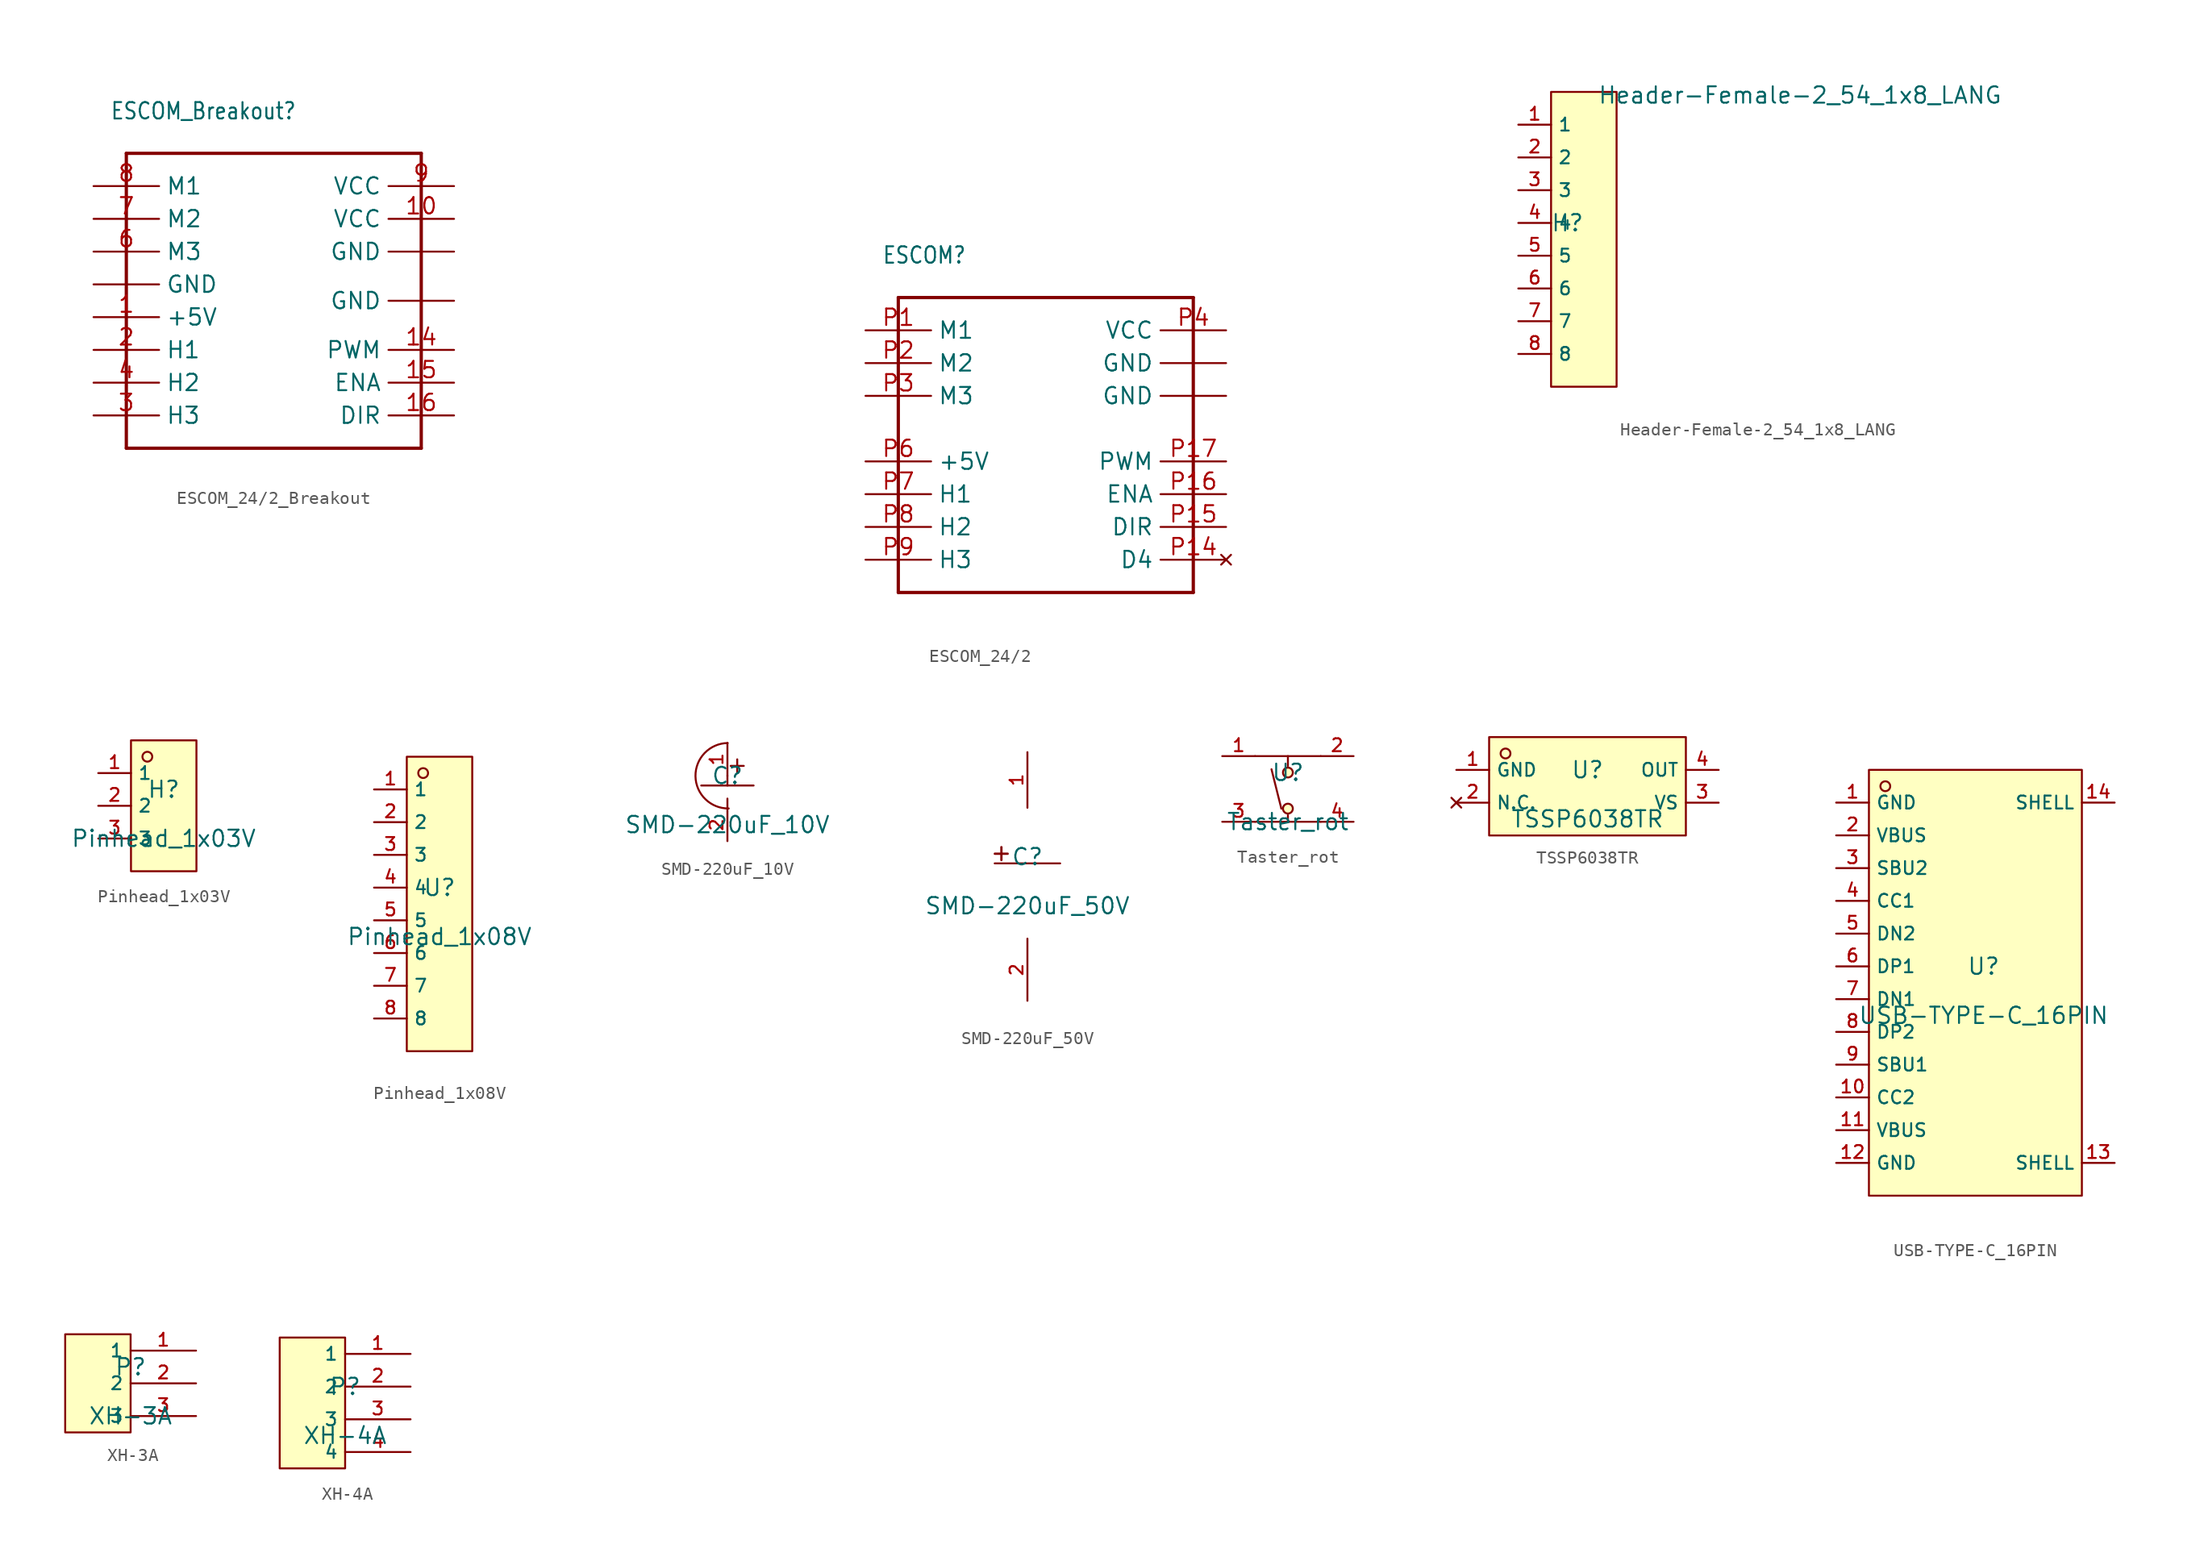
<source format=kicad_sym>
(kicad_symbol_lib
  (version 20231120)
  (generator "kicad_symbol_editor")
  (generator_version "8.0")
  (symbol "ESCOM_24/2_Breakout"
    (property "Reference" "ESCOM_Breakout"
      (at -11.43 12.7 0)
      (effects (font (size 1.27 1.079)) (justify left bottom)))
    (symbol "ESCOM_24/2_Breakout_1_0"
      (polyline (pts (xy -10.16 -12.7) (xy 12.7 -12.7)) (stroke (width 0.254) (type solid)) (fill (type none)))
      (polyline (pts (xy -10.16 10.16) (xy -10.16 -12.7)) (stroke (width 0.254) (type solid)) (fill (type none)))
      (polyline (pts (xy 12.7 -12.7) (xy 12.7 10.16)) (stroke (width 0.254) (type solid)) (fill (type none)))
      (polyline (pts (xy 12.7 10.16) (xy -10.16 10.16)) (stroke (width 0.254) (type solid)) (fill (type none)))
      (pin bidirectional line (at -12.7 -2.54 0) (length 5.08) (name "+5V" (effects (font (size 1.27 1.27)))) (number "1" (effects (font (size 1.27 1.27)))))
      (pin power_in line (at 15.24 5.08 180) (length 5.08) (name "VCC" (effects (font (size 1.27 1.27)))) (number "10" (effects (font (size 1.27 1.27)))))
      (pin power_in line (at 15.24 2.54 180) (length 5.08) (name "GND" (effects (font (size 1.27 1.27)))) (number "11" (effects (font (size 0 0)))))
      (pin power_in line (at 15.24 -1.27 180) (length 5.08) (name "GND" (effects (font (size 1.27 1.27)))) (number "12" (effects (font (size 0 0)))))
      (pin no_connect line (at 15.24 15.24 180) (length 5.08) hide (name "NC" (effects (font (size 1.27 1.27)))) (number "13" (effects (font (size 0 0)))))
      (pin bidirectional line (at 15.24 -5.08 180) (length 5.08) (name "PWM" (effects (font (size 1.27 1.27)))) (number "14" (effects (font (size 1.27 1.27)))))
      (pin bidirectional line (at 15.24 -7.62 180) (length 5.08) (name "ENA" (effects (font (size 1.27 1.27)))) (number "15" (effects (font (size 1.27 1.27)))))
      (pin bidirectional line (at 15.24 -10.16 180) (length 5.08) (name "DIR" (effects (font (size 1.27 1.27)))) (number "16" (effects (font (size 1.27 1.27)))))
      (pin bidirectional line (at -12.7 -5.08 0) (length 5.08) (name "H1" (effects (font (size 1.27 1.27)))) (number "2" (effects (font (size 1.27 1.27)))))
      (pin bidirectional line (at -12.7 -10.16 0) (length 5.08) (name "H3" (effects (font (size 1.27 1.27)))) (number "3" (effects (font (size 1.27 1.27)))))
      (pin bidirectional line (at -12.7 -7.62 0) (length 5.08) (name "H2" (effects (font (size 1.27 1.27)))) (number "4" (effects (font (size 1.27 1.27)))))
      (pin power_in line (at -12.7 0 0) (length 5.08) (name "GND" (effects (font (size 1.27 1.27)))) (number "5" (effects (font (size 0 0)))))
      (pin bidirectional line (at -12.7 2.54 0) (length 5.08) (name "M3" (effects (font (size 1.27 1.27)))) (number "6" (effects (font (size 1.27 1.27)))))
      (pin bidirectional line (at -12.7 5.08 0) (length 5.08) (name "M2" (effects (font (size 1.27 1.27)))) (number "7" (effects (font (size 1.27 1.27)))))
      (pin bidirectional line (at -12.7 7.62 0) (length 5.08) (name "M1" (effects (font (size 1.27 1.27)))) (number "8" (effects (font (size 1.27 1.27)))))
      (pin power_in line (at 15.24 7.62 180) (length 5.08) (name "VCC" (effects (font (size 1.27 1.27)))) (number "9" (effects (font (size 1.27 1.27)))))))
  (symbol "ESCOM_24/2"
    (property "Reference" "ESCOM"
      (at -11.43 12.7 0)
      (effects (font (size 1.27 1.079)) (justify left bottom)))
    (symbol "ESCOM_24/2_1_0"
      (polyline (pts (xy -10.16 -12.7) (xy 12.7 -12.7)) (stroke (width 0.254) (type solid)) (fill (type none)))
      (polyline (pts (xy -10.16 10.16) (xy -10.16 -12.7)) (stroke (width 0.254) (type solid)) (fill (type none)))
      (polyline (pts (xy 12.7 -12.7) (xy 12.7 10.16)) (stroke (width 0.254) (type solid)) (fill (type none)))
      (polyline (pts (xy 12.7 10.16) (xy -10.16 10.16)) (stroke (width 0.254) (type solid)) (fill (type none)))
      (pin bidirectional line (at -12.7 7.62 0) (length 5.08) (name "M1" (effects (font (size 1.27 1.27)))) (number "P1" (effects (font (size 1.27 1.27)))))
      (pin no_connect line (at 15.24 -10.16 180) (length 5.08) (name "D4" (effects (font (size 1.27 1.27)))) (number "P14" (effects (font (size 1.27 1.27)))))
      (pin bidirectional line (at 15.24 -7.62 180) (length 5.08) (name "DIR" (effects (font (size 1.27 1.27)))) (number "P15" (effects (font (size 1.27 1.27)))))
      (pin bidirectional line (at 15.24 -5.08 180) (length 5.08) (name "ENA" (effects (font (size 1.27 1.27)))) (number "P16" (effects (font (size 1.27 1.27)))))
      (pin bidirectional line (at 15.24 -2.54 180) (length 5.08) (name "PWM" (effects (font (size 1.27 1.27)))) (number "P17" (effects (font (size 1.27 1.27)))))
      (pin power_in line (at 15.24 2.54 180) (length 5.08) (name "GND" (effects (font (size 1.27 1.27)))) (number "P18" (effects (font (size 0 0)))))
      (pin bidirectional line (at -12.7 5.08 0) (length 5.08) (name "M2" (effects (font (size 1.27 1.27)))) (number "P2" (effects (font (size 1.27 1.27)))))
      (pin bidirectional line (at -12.7 2.54 0) (length 5.08) (name "M3" (effects (font (size 1.27 1.27)))) (number "P3" (effects (font (size 1.27 1.27)))))
      (pin power_in line (at 15.24 7.62 180) (length 5.08) (name "VCC" (effects (font (size 1.27 1.27)))) (number "P4" (effects (font (size 1.27 1.27)))))
      (pin power_in line (at 15.24 5.08 180) (length 5.08) (name "GND" (effects (font (size 1.27 1.27)))) (number "P5" (effects (font (size 0 0)))))
      (pin bidirectional line (at -12.7 -2.54 0) (length 5.08) (name "+5V" (effects (font (size 1.27 1.27)))) (number "P6" (effects (font (size 1.27 1.27)))))
      (pin bidirectional line (at -12.7 -5.08 0) (length 5.08) (name "H1" (effects (font (size 1.27 1.27)))) (number "P7" (effects (font (size 1.27 1.27)))))
      (pin bidirectional line (at -12.7 -7.62 0) (length 5.08) (name "H2" (effects (font (size 1.27 1.27)))) (number "P8" (effects (font (size 1.27 1.27)))))
      (pin bidirectional line (at -12.7 -10.16 0) (length 5.08) (name "H3" (effects (font (size 1.27 1.27)))) (number "P9" (effects (font (size 1.27 1.27))))))
    (symbol "ESCOM_24/2_1_1"
      (pin no_connect line (at 21.59 17.78 0) (length 2.54) hide (name "P10" (effects (font (size 1.27 1.27)))) (number "P10" (effects (font (size 1.27 1.27)))))
      (pin no_connect line (at 21.59 20.32 0) (length 2.54) hide (name "P11" (effects (font (size 1.27 1.27)))) (number "P11" (effects (font (size 1.27 1.27)))))
      (pin no_connect line (at 21.59 22.86 0) (length 2.54) hide (name "P12" (effects (font (size 1.27 1.27)))) (number "P12" (effects (font (size 1.27 1.27)))))
      (pin no_connect line (at 21.59 25.4 0) (length 2.54) hide (name "P13" (effects (font (size 1.27 1.27)))) (number "P13" (effects (font (size 1.27 1.27)))))
      (pin no_connect line (at -11.43 25.4 0) (length 2.54) hide (name "P18" (effects (font (size 1.27 1.27)))) (number "P18" (effects (font (size 1.27 1.27)))))
      (pin no_connect line (at -11.43 22.86 0) (length 2.54) hide (name "P19" (effects (font (size 1.27 1.27)))) (number "P19" (effects (font (size 1.27 1.27)))))
      (pin no_connect line (at -11.43 20.32 0) (length 2.54) hide (name "P20" (effects (font (size 1.27 1.27)))) (number "P20" (effects (font (size 1.27 1.27)))))
      (pin no_connect line (at -11.43 17.78 0) (length 2.54) hide (name "P21" (effects (font (size 1.27 1.27)))) (number "P21" (effects (font (size 1.27 1.27)))))
      (pin no_connect line (at -31.75 25.4 0) (length 2.54) hide (name "P22" (effects (font (size 1.27 1.27)))) (number "P22" (effects (font (size 1.27 1.27)))))
      (pin no_connect line (at -31.75 22.86 0) (length 2.54) hide (name "P23" (effects (font (size 1.27 1.27)))) (number "P23" (effects (font (size 1.27 1.27)))))
      (pin no_connect line (at -31.75 20.32 0) (length 2.54) hide (name "P24" (effects (font (size 1.27 1.27)))) (number "P24" (effects (font (size 1.27 1.27)))))))
  (symbol "Header-Female-2_54_1x8_LANG"
    (property "Reference" "H"
      (at 0 1.27 0)
      (effects (font (size 1.27 1.27))))
    (property "Value" "Header-Female-2_54_1x8_LANG"
      (at 18.034 11.176 0)
      (effects (font (size 1.27 1.27))))
    (symbol "Header-Female-2_54_1x8_LANG_0_1"
      (rectangle (start -1.27 11.43) (end 3.81 -11.43) (stroke (width 0) (type default)) (fill (type background)))
      (pin input line (at -3.81 8.89 0) (length 2.54) (name "1" (effects (font (size 1 1)))) (number "1" (effects (font (size 1 1)))))
      (pin input line (at -3.81 6.35 0) (length 2.54) (name "2" (effects (font (size 1 1)))) (number "2" (effects (font (size 1 1)))))
      (pin input line (at -3.81 3.81 0) (length 2.54) (name "3" (effects (font (size 1 1)))) (number "3" (effects (font (size 1 1)))))
      (pin input line (at -3.81 1.27 0) (length 2.54) (name "4" (effects (font (size 1 1)))) (number "4" (effects (font (size 1 1)))))
      (pin input line (at -3.81 -1.27 0) (length 2.54) (name "5" (effects (font (size 1 1)))) (number "5" (effects (font (size 1 1)))))
      (pin input line (at -3.81 -3.81 0) (length 2.54) (name "6" (effects (font (size 1 1)))) (number "6" (effects (font (size 1 1)))))
      (pin input line (at -3.81 -6.35 0) (length 2.54) (name "7" (effects (font (size 1 1)))) (number "7" (effects (font (size 1 1)))))
      (pin input line (at -3.81 -8.89 0) (length 2.54) (name "8" (effects (font (size 1 1)))) (number "8" (effects (font (size 1 1)))))))
  (symbol "Pinhead_1x03V"
    (property "Reference" "H"
      (at 0 1.27 0)
      (effects (font (size 1.27 1.27))))
    (property "Value" "Pinhead_1x03V"
      (at 0 -2.54 0)
      (effects (font (size 1.27 1.27))))
    (symbol "Pinhead_1x03V_0_1"
      (rectangle (start -2.54 5.08) (end 2.54 -5.08) (stroke (width 0) (type default)) (fill (type background)))
      (circle (center -1.27 3.81) (radius 0.381) (stroke (width 0) (type default)) (fill (type background)))
      (pin unspecified line (at -5.08 2.54 0) (length 2.54) (name "1" (effects (font (size 1 1)))) (number "1" (effects (font (size 1 1)))))
      (pin unspecified line (at -5.08 0 0) (length 2.54) (name "2" (effects (font (size 1 1)))) (number "2" (effects (font (size 1 1)))))
      (pin unspecified line (at -5.08 -2.54 0) (length 2.54) (name "3" (effects (font (size 1 1)))) (number "3" (effects (font (size 1 1)))))))
  (symbol "Pinhead_1x08V"
    (property "Reference" "U"
      (at 0 1.27 0)
      (effects (font (size 1.27 1.27))))
    (property "Value" "Pinhead_1x08V"
      (at 0 -2.54 0)
      (effects (font (size 1.27 1.27))))
    (symbol "Pinhead_1x08V_0_1"
      (rectangle (start -2.54 11.43) (end 2.54 -11.43) (stroke (width 0) (type default)) (fill (type background)))
      (circle (center -1.27 10.16) (radius 0.381) (stroke (width 0) (type default)) (fill (type background)))
      (pin unspecified line (at -5.08 8.89 0) (length 2.54) (name "1" (effects (font (size 1 1)))) (number "1" (effects (font (size 1 1)))))
      (pin unspecified line (at -5.08 6.35 0) (length 2.54) (name "2" (effects (font (size 1 1)))) (number "2" (effects (font (size 1 1)))))
      (pin unspecified line (at -5.08 3.81 0) (length 2.54) (name "3" (effects (font (size 1 1)))) (number "3" (effects (font (size 1 1)))))
      (pin unspecified line (at -5.08 1.27 0) (length 2.54) (name "4" (effects (font (size 1 1)))) (number "4" (effects (font (size 1 1)))))
      (pin unspecified line (at -5.08 -1.27 0) (length 2.54) (name "5" (effects (font (size 1 1)))) (number "5" (effects (font (size 1 1)))))
      (pin unspecified line (at -5.08 -3.81 0) (length 2.54) (name "6" (effects (font (size 1 1)))) (number "6" (effects (font (size 1 1)))))
      (pin unspecified line (at -5.08 -6.35 0) (length 2.54) (name "7" (effects (font (size 1 1)))) (number "7" (effects (font (size 1 1)))))
      (pin unspecified line (at -5.08 -8.89 0) (length 2.54) (name "8" (effects (font (size 1 1)))) (number "8" (effects (font (size 1 1)))))))
  (symbol "SMD-220uF_10V"
    (pin_names hide)
    (property "Reference" "C"
      (at 0 1.27 0)
      (effects (font (size 1.27 1.27))))
    (property "Value" "SMD-220uF_10V"
      (at 0 -2.54 0)
      (effects (font (size 1.27 1.27))))
    (symbol "SMD-220uF_10V_0_1"
      (polyline (pts (xy 0 -0.508) (xy 0 -1.27)) (stroke (width 0) (type default)) (fill (type none)))
      (polyline (pts (xy 0 1.27) (xy 0 0.508)) (stroke (width 0) (type default)) (fill (type none)))
      (polyline (pts (xy 0.762 2.54) (xy 0.762 1.524)) (stroke (width 0) (type default)) (fill (type none)))
      (polyline (pts (xy 1.27 2.032) (xy 0.254 2.032)) (stroke (width 0) (type default)) (fill (type none)))
      (polyline (pts (xy 2.032 0.508) (xy -2.032 0.508)) (stroke (width 0) (type default)) (fill (type none)))
      (arc (start 0.0208 3.8059) (mid -2.4787 1.226) (end 0.1011 -1.2735) (stroke (width 0) (type default)) (fill (type none)))
      (pin input line (at 0 3.81 270) (length 2.54) (name "1" (effects (font (size 1 1)))) (number "1" (effects (font (size 1 1)))))
      (pin input line (at 0 -3.81 90) (length 2.54) (name "2" (effects (font (size 1 1)))) (number "2" (effects (font (size 1 1)))))))
  (symbol "SMD-220uF_50V"
    (pin_names hide)
    (property "Reference" "C"
      (at 0 1.27 0)
      (effects (font (size 1.27 1.27))))
    (property "Value" "SMD-220uF_50V"
      (at 0 -2.54 0)
      (effects (font (size 1.27 1.27))))
    (symbol "SMD-220uF_50V_0_1"
      (rectangle (start -2.54 1.524) (end -1.524 1.499) (stroke (width 0) (type default)) (fill (type background)))
      (rectangle (start -2.032 2.032) (end -2.007 1.016) (stroke (width 0) (type default)) (fill (type background)))
      (polyline (pts (xy -2.54 0.762) (xy 2.54 0.762)) (stroke (width 0) (type default)) (fill (type none)))
      (pin unspecified line (at 0 5.08 90) (length 4.318) (name "1" (effects (font (size 1 1)))) (number "1" (effects (font (size 1 1)))))
      (pin unspecified line (at 0 -5.08 270) (length 4.826) (name "2" (effects (font (size 1 1)))) (number "2" (effects (font (size 1 1)))))))
  (symbol "Taster_rot"
    (pin_names hide)
    (property "Reference" "U"
      (at 0 1.27 0)
      (effects (font (size 1.27 1.27))))
    (property "Value" "Taster_rot"
      (at 0 -2.54 0)
      (effects (font (size 1.27 1.27))))
    (symbol "Taster_rot_0_1"
      (circle (center 0 -1.524) (radius 0.381) (stroke (width 0) (type default)) (fill (type background)))
      (polyline (pts (xy -2.54 -2.54) (xy 2.54 -2.54)) (stroke (width 0) (type default)) (fill (type none)))
      (polyline (pts (xy -2.54 2.54) (xy 2.54 2.54)) (stroke (width 0) (type default)) (fill (type none)))
      (polyline (pts (xy -0.508 -1.524) (xy -1.27 1.524)) (stroke (width 0) (type default)) (fill (type none)))
      (polyline (pts (xy 0 -2.032) (xy 0 -2.54)) (stroke (width 0) (type default)) (fill (type none)))
      (polyline (pts (xy 0 1.778) (xy 0 2.54)) (stroke (width 0) (type default)) (fill (type none)))
      (circle (center 0 1.27) (radius 0.381) (stroke (width 0) (type default)) (fill (type background)))
      (pin unspecified line (at -5.08 2.54 0) (length 2.54) (name "1" (effects (font (size 1 1)))) (number "1" (effects (font (size 1 1)))))
      (pin unspecified line (at 5.08 2.54 180) (length 2.54) (name "2" (effects (font (size 1 1)))) (number "2" (effects (font (size 1 1)))))
      (pin unspecified line (at -5.08 -2.54 0) (length 2.54) (name "3" (effects (font (size 1 1)))) (number "3" (effects (font (size 1 1)))))
      (pin unspecified line (at 5.08 -2.54 180) (length 2.54) (name "4" (effects (font (size 1 1)))) (number "4" (effects (font (size 1 1)))))))
  (symbol "TSSP6038TR"
    (property "Reference" "U"
      (at 0 1.27 0)
      (effects (font (size 1.27 1.27))))
    (property "Value" "TSSP6038TR"
      (at 0 -2.54 0)
      (effects (font (size 1.27 1.27))))
    (symbol "TSSP6038TR_0_1"
      (rectangle (start -7.62 3.81) (end 7.62 -3.81) (stroke (width 0) (type default)) (fill (type background)))
      (circle (center -6.35 2.54) (radius 0.381) (stroke (width 0) (type default)) (fill (type background))))
    (symbol "TSSP6038TR_1_1"
      (pin power_in line (at -10.16 1.27 0) (length 2.54) (name "GND" (effects (font (size 1 1)))) (number "1" (effects (font (size 1 1)))))
      (pin no_connect line (at -10.16 -1.27 0) (length 2.54) (name "N.C." (effects (font (size 1 1)))) (number "2" (effects (font (size 1 1)))))
      (pin power_in line (at 10.16 -1.27 180) (length 2.54) (name "VS" (effects (font (size 1 1)))) (number "3" (effects (font (size 1 1)))))
      (pin output line (at 10.16 1.27 180) (length 2.54) (name "OUT" (effects (font (size 1 1)))) (number "4" (effects (font (size 1 1)))))))
  (symbol "USB-TYPE-C_16PIN"
    (property "Reference" "U"
      (at 0 1.27 0)
      (effects (font (size 1.27 1.27))))
    (property "Value" "USB-TYPE-C_16PIN"
      (at 0 -2.54 0)
      (effects (font (size 1.27 1.27))))
    (symbol "USB-TYPE-C_16PIN_0_1"
      (rectangle (start -8.89 16.51) (end 7.62 -16.51) (stroke (width 0) (type default)) (fill (type background)))
      (circle (center -7.62 15.24) (radius 0.381) (stroke (width 0) (type default)) (fill (type background)))
      (pin unspecified line (at -11.43 13.97 0) (length 2.54) (name "GND" (effects (font (size 1 1)))) (number "1" (effects (font (size 1 1)))))
      (pin unspecified line (at -11.43 -8.89 0) (length 2.54) (name "CC2" (effects (font (size 1 1)))) (number "10" (effects (font (size 1 1)))))
      (pin unspecified line (at -11.43 -11.43 0) (length 2.54) (name "VBUS" (effects (font (size 1 1)))) (number "11" (effects (font (size 1 1)))))
      (pin unspecified line (at -11.43 -13.97 0) (length 2.54) (name "GND" (effects (font (size 1 1)))) (number "12" (effects (font (size 1 1)))))
      (pin unspecified line (at 10.16 -13.97 180) (length 2.54) (name "SHELL" (effects (font (size 1 1)))) (number "13" (effects (font (size 1 1)))))
      (pin unspecified line (at 10.16 13.97 180) (length 2.54) (name "SHELL" (effects (font (size 1 1)))) (number "14" (effects (font (size 1 1)))))
      (pin unspecified line (at -11.43 11.43 0) (length 2.54) (name "VBUS" (effects (font (size 1 1)))) (number "2" (effects (font (size 1 1)))))
      (pin unspecified line (at -11.43 8.89 0) (length 2.54) (name "SBU2" (effects (font (size 1 1)))) (number "3" (effects (font (size 1 1)))))
      (pin unspecified line (at -11.43 6.35 0) (length 2.54) (name "CC1" (effects (font (size 1 1)))) (number "4" (effects (font (size 1 1)))))
      (pin unspecified line (at -11.43 3.81 0) (length 2.54) (name "DN2" (effects (font (size 1 1)))) (number "5" (effects (font (size 1 1)))))
      (pin unspecified line (at -11.43 1.27 0) (length 2.54) (name "DP1" (effects (font (size 1 1)))) (number "6" (effects (font (size 1 1)))))
      (pin unspecified line (at -11.43 -1.27 0) (length 2.54) (name "DN1" (effects (font (size 1 1)))) (number "7" (effects (font (size 1 1)))))
      (pin unspecified line (at -11.43 -3.81 0) (length 2.54) (name "DP2" (effects (font (size 1 1)))) (number "8" (effects (font (size 1 1)))))
      (pin unspecified line (at -11.43 -6.35 0) (length 2.54) (name "SBU1" (effects (font (size 1 1)))) (number "9" (effects (font (size 1 1)))))))
  (symbol "XH-3A"
    (property "Reference" "P"
      (at 0 1.27 0)
      (effects (font (size 1.27 1.27))))
    (property "Value" "XH-3A"
      (at 0 -2.54 0)
      (effects (font (size 1.27 1.27))))
    (symbol "XH-3A_0_1"
      (rectangle (start -5.08 3.81) (end 0 -3.81) (stroke (width 0) (type default)) (fill (type background)))
      (pin unspecified line (at 5.08 2.54 180) (length 5.08) (name "1" (effects (font (size 1 1)))) (number "1" (effects (font (size 1 1)))))
      (pin unspecified line (at 5.08 0 180) (length 5.08) (name "2" (effects (font (size 1 1)))) (number "2" (effects (font (size 1 1)))))
      (pin unspecified line (at 5.08 -2.54 180) (length 5.08) (name "3" (effects (font (size 1 1)))) (number "3" (effects (font (size 1 1)))))))
  (symbol "XH-4A"
    (property "Reference" "P"
      (at 0 1.27 0)
      (effects (font (size 1.27 1.27))))
    (property "Value" "XH-4A"
      (at 0 -2.54 0)
      (effects (font (size 1.27 1.27))))
    (symbol "XH-4A_0_1"
      (rectangle (start -5.08 5.08) (end 0 -5.08) (stroke (width 0) (type default)) (fill (type background)))
      (pin unspecified line (at 5.08 3.81 180) (length 5.08) (name "1" (effects (font (size 1 1)))) (number "1" (effects (font (size 1 1)))))
      (pin unspecified line (at 5.08 1.27 180) (length 5.08) (name "2" (effects (font (size 1 1)))) (number "2" (effects (font (size 1 1)))))
      (pin unspecified line (at 5.08 -1.27 180) (length 5.08) (name "3" (effects (font (size 1 1)))) (number "3" (effects (font (size 1 1)))))
      (pin unspecified line (at 5.08 -3.81 180) (length 5.08) (name "4" (effects (font (size 1 1)))) (number "4" (effects (font (size 1 1))))))))
</source>
